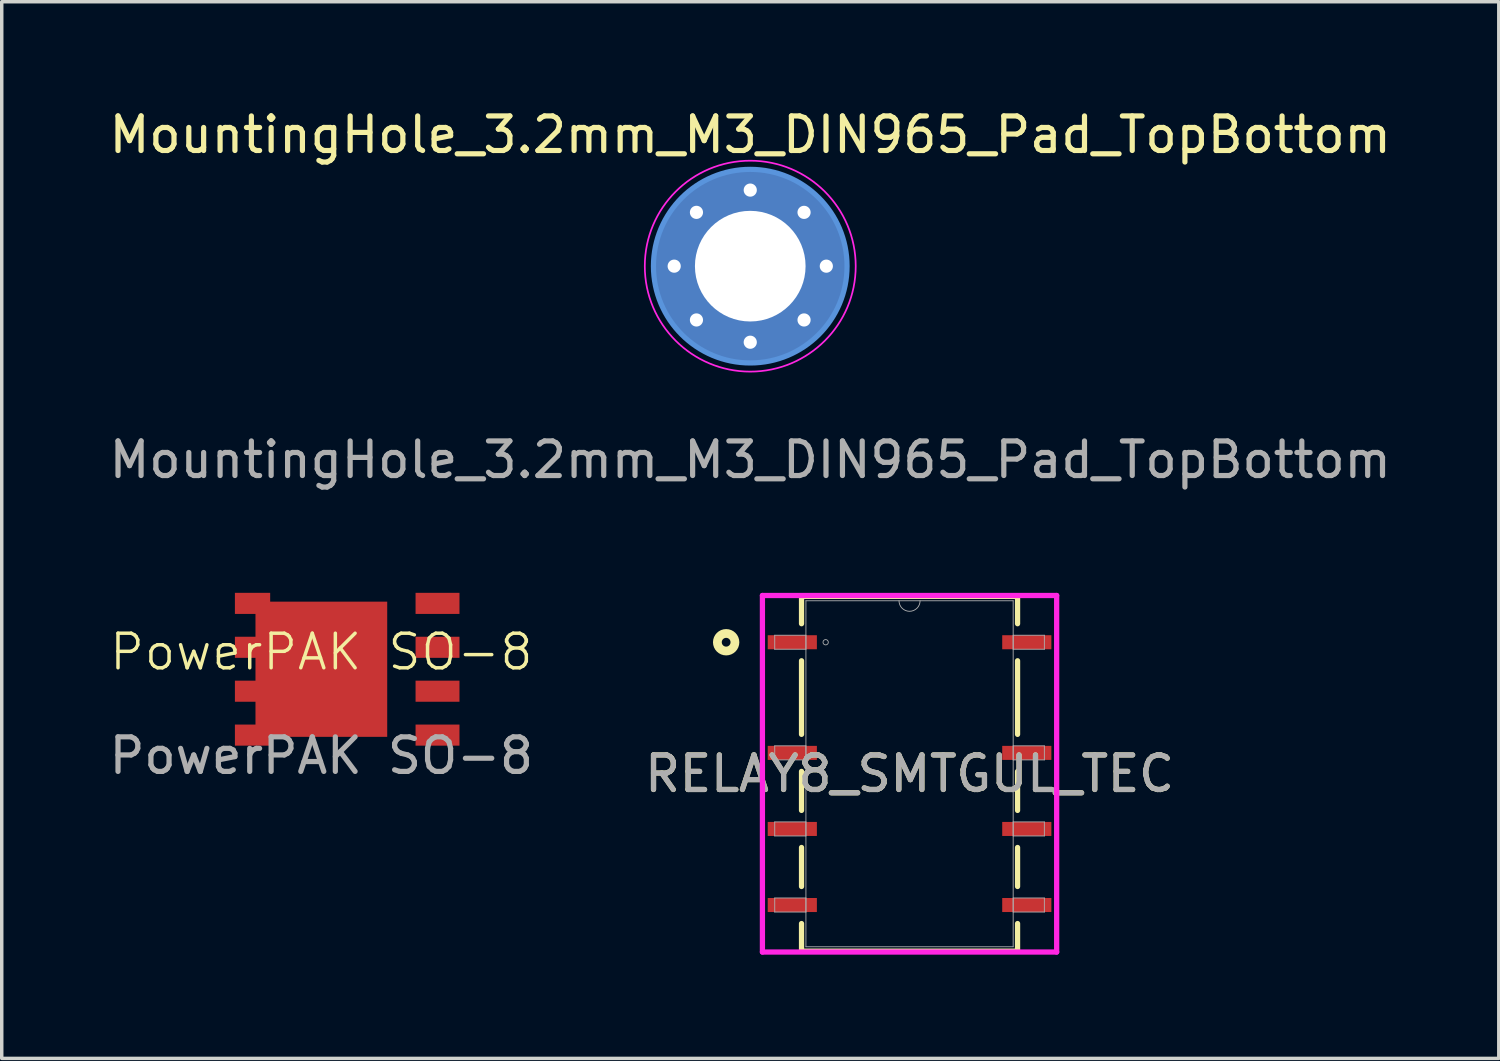
<source format=kicad_pcb>
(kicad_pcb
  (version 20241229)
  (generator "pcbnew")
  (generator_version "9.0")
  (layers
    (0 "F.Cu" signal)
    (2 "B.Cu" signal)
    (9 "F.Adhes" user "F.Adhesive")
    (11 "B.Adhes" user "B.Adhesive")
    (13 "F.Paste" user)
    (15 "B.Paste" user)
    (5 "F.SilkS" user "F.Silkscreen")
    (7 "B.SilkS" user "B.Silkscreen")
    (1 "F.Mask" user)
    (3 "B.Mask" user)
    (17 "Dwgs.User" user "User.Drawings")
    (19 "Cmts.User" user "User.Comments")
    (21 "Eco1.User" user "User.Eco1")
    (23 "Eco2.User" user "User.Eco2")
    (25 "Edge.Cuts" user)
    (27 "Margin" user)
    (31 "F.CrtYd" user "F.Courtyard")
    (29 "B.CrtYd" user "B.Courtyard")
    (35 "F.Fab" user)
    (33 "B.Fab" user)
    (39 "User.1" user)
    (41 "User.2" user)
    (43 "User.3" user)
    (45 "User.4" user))
  (footprint "RELAY8_SMTGUL_TEC"
    (layer "F.Cu")
    (at 23.256 19.329)
    (property "Reference" "RELAY8_SMTGUL_TEC" (at 0 0 0) (unlocked yes) (layer "F.SilkS") (effects (font (size 1 1) (thickness 0.15))))
    (attr smd)
    (fp_line (start -3.124 -5.131) (end -3.124 -4.34) (stroke (width 0.152) (type solid)) (layer "F.SilkS"))
    (fp_line (start -3.124 -3.268) (end -3.124 -1.14) (stroke (width 0.152) (type solid)) (layer "F.SilkS"))
    (fp_line (start -3.124 -0.068) (end -3.124 1.06) (stroke (width 0.152) (type solid)) (layer "F.SilkS"))
    (fp_line (start -3.124 2.132) (end -3.124 3.26) (stroke (width 0.152) (type solid)) (layer "F.SilkS"))
    (fp_line (start -3.124 4.332) (end -3.124 5.131) (stroke (width 0.152) (type solid)) (layer "F.SilkS"))
    (fp_line (start -3.124 5.131) (end 3.124 5.131) (stroke (width 0.152) (type solid)) (layer "F.SilkS"))
    (fp_line (start 3.124 -5.131) (end -3.124 -5.131) (stroke (width 0.152) (type solid)) (layer "F.SilkS"))
    (fp_line (start 3.124 -4.34) (end 3.124 -5.131) (stroke (width 0.152) (type solid)) (layer "F.SilkS"))
    (fp_line (start 3.124 -1.14) (end 3.124 -3.268) (stroke (width 0.152) (type solid)) (layer "F.SilkS"))
    (fp_line (start 3.124 1.06) (end 3.124 -0.068) (stroke (width 0.152) (type solid)) (layer "F.SilkS"))
    (fp_line (start 3.124 3.26) (end 3.124 2.132) (stroke (width 0.152) (type solid)) (layer "F.SilkS"))
    (fp_line (start 3.124 5.131) (end 3.124 4.332) (stroke (width 0.152) (type solid)) (layer "F.SilkS"))
    (fp_circle (center -5.304 -3.804) (end -5.05 -3.804) (stroke (width 0.254) (type solid)) (fill no) (layer "F.SilkS"))
    (fp_line (start -4.255 -5.156) (end 4.255 -5.156) (stroke (width 0.152) (type solid)) (layer "F.CrtYd"))
    (fp_line (start -4.255 5.156) (end -4.255 -5.156) (stroke (width 0.152) (type solid)) (layer "F.CrtYd"))
    (fp_line (start 4.255 -5.156) (end 4.255 5.156) (stroke (width 0.152) (type solid)) (layer "F.CrtYd"))
    (fp_line (start 4.255 5.156) (end -4.255 5.156) (stroke (width 0.152) (type solid)) (layer "F.CrtYd"))
    (fp_line (start -3.899 -4.007) (end -3.899 -3.601) (stroke (width 0.025) (type solid)) (layer "F.Fab"))
    (fp_line (start -3.899 -3.601) (end -2.997 -3.601) (stroke (width 0.025) (type solid)) (layer "F.Fab"))
    (fp_line (start -3.899 -0.807) (end -3.899 -0.401) (stroke (width 0.025) (type solid)) (layer "F.Fab"))
    (fp_line (start -3.899 -0.401) (end -2.997 -0.401) (stroke (width 0.025) (type solid)) (layer "F.Fab"))
    (fp_line (start -3.899 1.393) (end -3.899 1.799) (stroke (width 0.025) (type solid)) (layer "F.Fab"))
    (fp_line (start -3.899 1.799) (end -2.997 1.799) (stroke (width 0.025) (type solid)) (layer "F.Fab"))
    (fp_line (start -3.899 3.593) (end -3.899 3.999) (stroke (width 0.025) (type solid)) (layer "F.Fab"))
    (fp_line (start -3.899 3.999) (end -2.997 3.999) (stroke (width 0.025) (type solid)) (layer "F.Fab"))
    (fp_line (start -2.997 -5.004) (end -2.997 5.004) (stroke (width 0.025) (type solid)) (layer "F.Fab"))
    (fp_line (start -2.997 -4.007) (end -3.899 -4.007) (stroke (width 0.025) (type solid)) (layer "F.Fab"))
    (fp_line (start -2.997 -3.601) (end -2.997 -4.007) (stroke (width 0.025) (type solid)) (layer "F.Fab"))
    (fp_line (start -2.997 -0.807) (end -3.899 -0.807) (stroke (width 0.025) (type solid)) (layer "F.Fab"))
    (fp_line (start -2.997 -0.401) (end -2.997 -0.807) (stroke (width 0.025) (type solid)) (layer "F.Fab"))
    (fp_line (start -2.997 1.393) (end -3.899 1.393) (stroke (width 0.025) (type solid)) (layer "F.Fab"))
    (fp_line (start -2.997 1.799) (end -2.997 1.393) (stroke (width 0.025) (type solid)) (layer "F.Fab"))
    (fp_line (start -2.997 3.593) (end -3.899 3.593) (stroke (width 0.025) (type solid)) (layer "F.Fab"))
    (fp_line (start -2.997 3.999) (end -2.997 3.593) (stroke (width 0.025) (type solid)) (layer "F.Fab"))
    (fp_line (start -2.997 5.004) (end 2.997 5.004) (stroke (width 0.025) (type solid)) (layer "F.Fab"))
    (fp_line (start 2.997 -5.004) (end -2.997 -5.004) (stroke (width 0.025) (type solid)) (layer "F.Fab"))
    (fp_line (start 2.997 -4.007) (end 2.997 -3.601) (stroke (width 0.025) (type solid)) (layer "F.Fab"))
    (fp_line (start 2.997 -3.601) (end 3.899 -3.601) (stroke (width 0.025) (type solid)) (layer "F.Fab"))
    (fp_line (start 2.997 -0.807) (end 2.997 -0.401) (stroke (width 0.025) (type solid)) (layer "F.Fab"))
    (fp_line (start 2.997 -0.401) (end 3.899 -0.401) (stroke (width 0.025) (type solid)) (layer "F.Fab"))
    (fp_line (start 2.997 1.393) (end 2.997 1.799) (stroke (width 0.025) (type solid)) (layer "F.Fab"))
    (fp_line (start 2.997 1.799) (end 3.899 1.799) (stroke (width 0.025) (type solid)) (layer "F.Fab"))
    (fp_line (start 2.997 3.593) (end 2.997 3.999) (stroke (width 0.025) (type solid)) (layer "F.Fab"))
    (fp_line (start 2.997 3.999) (end 3.899 3.999) (stroke (width 0.025) (type solid)) (layer "F.Fab"))
    (fp_line (start 2.997 5.004) (end 2.997 -5.004) (stroke (width 0.025) (type solid)) (layer "F.Fab"))
    (fp_line (start 3.899 -4.007) (end 2.997 -4.007) (stroke (width 0.025) (type solid)) (layer "F.Fab"))
    (fp_line (start 3.899 -3.601) (end 3.899 -4.007) (stroke (width 0.025) (type solid)) (layer "F.Fab"))
    (fp_line (start 3.899 -0.807) (end 2.997 -0.807) (stroke (width 0.025) (type solid)) (layer "F.Fab"))
    (fp_line (start 3.899 -0.401) (end 3.899 -0.807) (stroke (width 0.025) (type solid)) (layer "F.Fab"))
    (fp_line (start 3.899 1.393) (end 2.997 1.393) (stroke (width 0.025) (type solid)) (layer "F.Fab"))
    (fp_line (start 3.899 1.799) (end 3.899 1.393) (stroke (width 0.025) (type solid)) (layer "F.Fab"))
    (fp_line (start 3.899 3.593) (end 2.997 3.593) (stroke (width 0.025) (type solid)) (layer "F.Fab"))
    (fp_line (start 3.899 3.999) (end 3.899 3.593) (stroke (width 0.025) (type solid)) (layer "F.Fab"))
    (fp_arc (start 0.3048 -5.0038) (mid 0 -4.699) (end -0.3048 -5.0038) (stroke (width 0.0254) (type solid)) (layer "F.Fab"))
    (fp_circle (center -2.426 -3.804) (end -2.349 -3.804) (stroke (width 0.025) (type solid)) (fill no) (layer "F.Fab"))
    (fp_text user "${REFERENCE}" (at 0 0 0) (unlocked yes) (layer "F.Fab") (effects (font (size 1 1) (thickness 0.15))))
    (pad "1" smd rect (at -3.391 -3.804) (size 1.422 0.406) (layers "F.Cu" "F.Mask" "F.Paste"))
    (pad "2" smd rect (at -3.391 -0.604) (size 1.422 0.406) (layers "F.Cu" "F.Mask" "F.Paste"))
    (pad "3" smd rect (at -3.391 1.596) (size 1.422 0.406) (layers "F.Cu" "F.Mask" "F.Paste"))
    (pad "4" smd rect (at -3.391 3.796) (size 1.422 0.406) (layers "F.Cu" "F.Mask" "F.Paste"))
    (pad "5" smd rect (at 3.391 3.796) (size 1.422 0.406) (layers "F.Cu" "F.Mask" "F.Paste"))
    (pad "6" smd rect (at 3.391 1.596) (size 1.422 0.406) (layers "F.Cu" "F.Mask" "F.Paste"))
    (pad "7" smd rect (at 3.391 -0.604) (size 1.422 0.406) (layers "F.Cu" "F.Mask" "F.Paste"))
    (pad "8" smd rect (at 3.391 -3.804) (size 1.422 0.406) (layers "F.Cu" "F.Mask" "F.Paste")))
  (footprint "MountingHole_3.2mm_M3_DIN965_Pad_TopBottom"
    (layer "F.Cu")
    (at 18.649 4.648)
    (property "Reference" "MountingHole_3.2mm_M3_DIN965_Pad_TopBottom" (at 0 -3.8 0) (layer "F.SilkS") (effects (font (size 1 1) (thickness 0.15))))
    (attr exclude_from_pos_files exclude_from_bom)
    (fp_circle (center 0 0) (end 2.8 0) (stroke (width 0.15) (type solid)) (fill no) (layer "Cmts.User"))
    (fp_circle (center 0 0) (end 3.05 0) (stroke (width 0.05) (type solid)) (fill no) (layer "F.CrtYd"))
    (fp_text user "${REFERENCE}" (at 0 5.6 0) (layer "F.Fab") (effects (font (size 1 1) (thickness 0.15))))
    (pad "" np_thru_hole circle (at 0 0) (size 3.6 3.6) (drill 3.2) (layers "*.Cu" "*.Mask"))
    (pad "1" thru_hole circle (at -2.2 0) (size 0.762 0.762) (drill 0.381) (layers "*.Cu" "*.Mask"))
    (pad "1" thru_hole circle (at -1.556 -1.556) (size 0.762 0.762) (drill 0.381) (layers "*.Cu" "*.Mask"))
    (pad "1" thru_hole circle (at -1.556 1.556) (size 0.762 0.762) (drill 0.381) (layers "*.Cu" "*.Mask"))
    (pad "1" thru_hole circle (at 0 -2.2) (size 0.762 0.762) (drill 0.381) (layers "*.Cu" "*.Mask"))
    (pad "1" connect circle (at 0 0) (size 5.6 5.6) (layers "F.Cu" "F.Mask"))
    (pad "1" connect circle (at 0 0) (size 5.6 5.6) (layers "B.Cu" "B.Mask"))
    (pad "1" thru_hole circle (at 0 2.2) (size 0.762 0.762) (drill 0.381) (layers "*.Cu" "*.Mask"))
    (pad "1" thru_hole circle (at 1.556 -1.556) (size 0.762 0.762) (drill 0.381) (layers "*.Cu" "*.Mask"))
    (pad "1" thru_hole circle (at 1.556 1.556) (size 0.762 0.762) (drill 0.381) (layers "*.Cu" "*.Mask"))
    (pad "1" thru_hole circle (at 2.2 0) (size 0.762 0.762) (drill 0.381) (layers "*.Cu" "*.Mask")))
  (footprint "PowerPAK SO-8"
    (layer "F.Cu")
    (at 6.244 16.306)
    (property "Reference" "PowerPAK SO-8" (at 0 -0.5 0) (unlocked yes) (layer "F.SilkS") (effects (font (size 1 1) (thickness 0.1))))
    (attr smd)
    (fp_text user "${REFERENCE}" (at 0 2.5 0) (unlocked yes) (layer "F.Fab") (effects (font (size 1 1) (thickness 0.15))))
    (pad "1" smd rect (at 3.36 -1.905) (size 1.27 0.61) (layers "F.Cu" "F.Mask" "F.Paste"))
    (pad "2" smd rect (at -1.99 -1.905) (size 1.02 0.61) (layers "F.Cu" "F.Mask" "F.Paste"))
    (pad "2" smd rect (at -1.99 -0.635) (size 1.02 0.61) (layers "F.Cu" "F.Mask" "F.Paste"))
    (pad "2" smd rect (at -1.99 0.635) (size 1.02 0.61) (layers "F.Cu" "F.Mask" "F.Paste"))
    (pad "2" smd rect (at -1.99 1.905) (size 1.02 0.61) (layers "F.Cu" "F.Mask" "F.Paste"))
    (pad "2" smd rect (at 0 0) (size 3.81 3.91) (layers "F.Cu" "F.Mask" "F.Paste"))
    (pad "3" smd rect (at 3.36 -0.635) (size 1.27 0.61) (layers "F.Cu" "F.Mask" "F.Paste"))
    (pad "3" smd rect (at 3.36 0.635) (size 1.27 0.61) (layers "F.Cu" "F.Mask" "F.Paste"))
    (pad "3" smd rect (at 3.36 1.905) (size 1.27 0.61) (layers "F.Cu" "F.Mask" "F.Paste")))
  (gr_rect
    (start -3 -3)
    (end 40.298 27.561)
    (stroke (width 0.1) (type default))
    (fill no)
    (layer "Edge.Cuts")))
</source>
